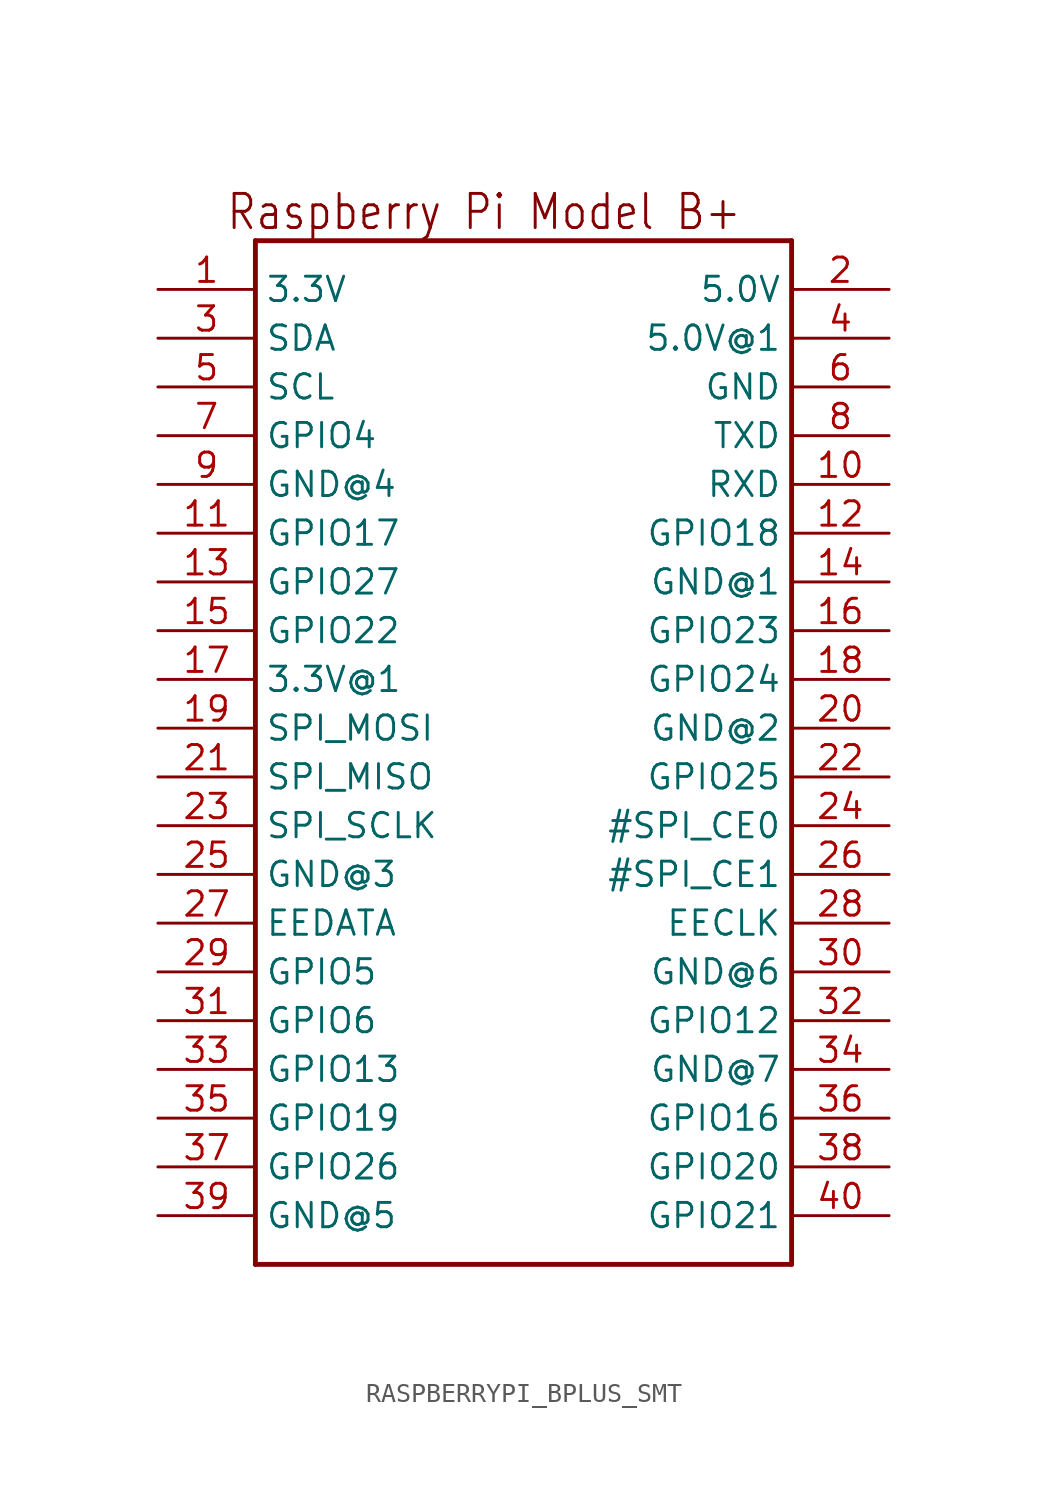
<source format=kicad_sym>
(kicad_symbol_lib
  (version 20211014)
  (generator kicad_symbol_editor)
  (symbol "RASPBERRYPI_BPLUS_SMT"
    (property "Reference" "RPI"
      (at 0 0 0)
      (effects (font (size 1.27 1.27)) hide))
    (property "ki_locked" ""
      (at 0 0 0)
      (effects (font (size 1.27 1.27))))
    (symbol "RASPBERRYPI_BPLUS_SMT_1_0"
      (polyline (pts (xy -12.7 -30.48) (xy -12.7 22.86)) (stroke (width 0.254) (type default) (color 0 0 0 0)) (fill (type none)))
      (polyline (pts (xy -12.7 22.86) (xy 15.24 22.86)) (stroke (width 0.254) (type default) (color 0 0 0 0)) (fill (type none)))
      (polyline (pts (xy 15.24 -30.48) (xy -12.7 -30.48)) (stroke (width 0.254) (type default) (color 0 0 0 0)) (fill (type none)))
      (polyline (pts (xy 15.24 22.86) (xy 15.24 -30.48)) (stroke (width 0.254) (type default) (color 0 0 0 0)) (fill (type none)))
      (text "Raspberry Pi Model B+" (at 12.7 25.4 0) (effects (font (size 1.778 1.511)) (justify right top)))
      (pin power_in line (at -17.78 20.32 0) (length 5.08) (name "3.3V" (effects (font (size 1.27 1.27)))) (number "1" (effects (font (size 1.27 1.27)))))
      (pin bidirectional line (at 20.32 10.16 180) (length 5.08) (name "RXD" (effects (font (size 1.27 1.27)))) (number "10" (effects (font (size 1.27 1.27)))))
      (pin bidirectional line (at -17.78 7.62 0) (length 5.08) (name "GPIO17" (effects (font (size 1.27 1.27)))) (number "11" (effects (font (size 1.27 1.27)))))
      (pin bidirectional line (at 20.32 7.62 180) (length 5.08) (name "GPIO18" (effects (font (size 1.27 1.27)))) (number "12" (effects (font (size 1.27 1.27)))))
      (pin bidirectional line (at -17.78 5.08 0) (length 5.08) (name "GPIO27" (effects (font (size 1.27 1.27)))) (number "13" (effects (font (size 1.27 1.27)))))
      (pin power_in line (at 20.32 5.08 180) (length 5.08) (name "GND@1" (effects (font (size 1.27 1.27)))) (number "14" (effects (font (size 1.27 1.27)))))
      (pin bidirectional line (at -17.78 2.54 0) (length 5.08) (name "GPIO22" (effects (font (size 1.27 1.27)))) (number "15" (effects (font (size 1.27 1.27)))))
      (pin bidirectional line (at 20.32 2.54 180) (length 5.08) (name "GPIO23" (effects (font (size 1.27 1.27)))) (number "16" (effects (font (size 1.27 1.27)))))
      (pin power_in line (at -17.78 0 0) (length 5.08) (name "3.3V@1" (effects (font (size 1.27 1.27)))) (number "17" (effects (font (size 1.27 1.27)))))
      (pin bidirectional line (at 20.32 0 180) (length 5.08) (name "GPIO24" (effects (font (size 1.27 1.27)))) (number "18" (effects (font (size 1.27 1.27)))))
      (pin bidirectional line (at -17.78 -2.54 0) (length 5.08) (name "SPI_MOSI" (effects (font (size 1.27 1.27)))) (number "19" (effects (font (size 1.27 1.27)))))
      (pin power_in line (at 20.32 20.32 180) (length 5.08) (name "5.0V" (effects (font (size 1.27 1.27)))) (number "2" (effects (font (size 1.27 1.27)))))
      (pin power_in line (at 20.32 -2.54 180) (length 5.08) (name "GND@2" (effects (font (size 1.27 1.27)))) (number "20" (effects (font (size 1.27 1.27)))))
      (pin bidirectional line (at -17.78 -5.08 0) (length 5.08) (name "SPI_MISO" (effects (font (size 1.27 1.27)))) (number "21" (effects (font (size 1.27 1.27)))))
      (pin bidirectional line (at 20.32 -5.08 180) (length 5.08) (name "GPIO25" (effects (font (size 1.27 1.27)))) (number "22" (effects (font (size 1.27 1.27)))))
      (pin bidirectional line (at -17.78 -7.62 0) (length 5.08) (name "SPI_SCLK" (effects (font (size 1.27 1.27)))) (number "23" (effects (font (size 1.27 1.27)))))
      (pin bidirectional line (at 20.32 -7.62 180) (length 5.08) (name "#SPI_CE0" (effects (font (size 1.27 1.27)))) (number "24" (effects (font (size 1.27 1.27)))))
      (pin power_in line (at -17.78 -10.16 0) (length 5.08) (name "GND@3" (effects (font (size 1.27 1.27)))) (number "25" (effects (font (size 1.27 1.27)))))
      (pin bidirectional line (at 20.32 -10.16 180) (length 5.08) (name "#SPI_CE1" (effects (font (size 1.27 1.27)))) (number "26" (effects (font (size 1.27 1.27)))))
      (pin bidirectional line (at -17.78 -12.7 0) (length 5.08) (name "EEDATA" (effects (font (size 1.27 1.27)))) (number "27" (effects (font (size 1.27 1.27)))))
      (pin bidirectional line (at 20.32 -12.7 180) (length 5.08) (name "EECLK" (effects (font (size 1.27 1.27)))) (number "28" (effects (font (size 1.27 1.27)))))
      (pin bidirectional line (at -17.78 -15.24 0) (length 5.08) (name "GPIO5" (effects (font (size 1.27 1.27)))) (number "29" (effects (font (size 1.27 1.27)))))
      (pin bidirectional line (at -17.78 17.78 0) (length 5.08) (name "SDA" (effects (font (size 1.27 1.27)))) (number "3" (effects (font (size 1.27 1.27)))))
      (pin power_in line (at 20.32 -15.24 180) (length 5.08) (name "GND@6" (effects (font (size 1.27 1.27)))) (number "30" (effects (font (size 1.27 1.27)))))
      (pin bidirectional line (at -17.78 -17.78 0) (length 5.08) (name "GPIO6" (effects (font (size 1.27 1.27)))) (number "31" (effects (font (size 1.27 1.27)))))
      (pin bidirectional line (at 20.32 -17.78 180) (length 5.08) (name "GPIO12" (effects (font (size 1.27 1.27)))) (number "32" (effects (font (size 1.27 1.27)))))
      (pin bidirectional line (at -17.78 -20.32 0) (length 5.08) (name "GPIO13" (effects (font (size 1.27 1.27)))) (number "33" (effects (font (size 1.27 1.27)))))
      (pin power_in line (at 20.32 -20.32 180) (length 5.08) (name "GND@7" (effects (font (size 1.27 1.27)))) (number "34" (effects (font (size 1.27 1.27)))))
      (pin bidirectional line (at -17.78 -22.86 0) (length 5.08) (name "GPIO19" (effects (font (size 1.27 1.27)))) (number "35" (effects (font (size 1.27 1.27)))))
      (pin bidirectional line (at 20.32 -22.86 180) (length 5.08) (name "GPIO16" (effects (font (size 1.27 1.27)))) (number "36" (effects (font (size 1.27 1.27)))))
      (pin bidirectional line (at -17.78 -25.4 0) (length 5.08) (name "GPIO26" (effects (font (size 1.27 1.27)))) (number "37" (effects (font (size 1.27 1.27)))))
      (pin bidirectional line (at 20.32 -25.4 180) (length 5.08) (name "GPIO20" (effects (font (size 1.27 1.27)))) (number "38" (effects (font (size 1.27 1.27)))))
      (pin power_in line (at -17.78 -27.94 0) (length 5.08) (name "GND@5" (effects (font (size 1.27 1.27)))) (number "39" (effects (font (size 1.27 1.27)))))
      (pin power_in line (at 20.32 17.78 180) (length 5.08) (name "5.0V@1" (effects (font (size 1.27 1.27)))) (number "4" (effects (font (size 1.27 1.27)))))
      (pin bidirectional line (at 20.32 -27.94 180) (length 5.08) (name "GPIO21" (effects (font (size 1.27 1.27)))) (number "40" (effects (font (size 1.27 1.27)))))
      (pin bidirectional line (at -17.78 15.24 0) (length 5.08) (name "SCL" (effects (font (size 1.27 1.27)))) (number "5" (effects (font (size 1.27 1.27)))))
      (pin power_in line (at 20.32 15.24 180) (length 5.08) (name "GND" (effects (font (size 1.27 1.27)))) (number "6" (effects (font (size 1.27 1.27)))))
      (pin bidirectional line (at -17.78 12.7 0) (length 5.08) (name "GPIO4" (effects (font (size 1.27 1.27)))) (number "7" (effects (font (size 1.27 1.27)))))
      (pin bidirectional line (at 20.32 12.7 180) (length 5.08) (name "TXD" (effects (font (size 1.27 1.27)))) (number "8" (effects (font (size 1.27 1.27)))))
      (pin power_in line (at -17.78 10.16 0) (length 5.08) (name "GND@4" (effects (font (size 1.27 1.27)))) (number "9" (effects (font (size 1.27 1.27))))))))
</source>
